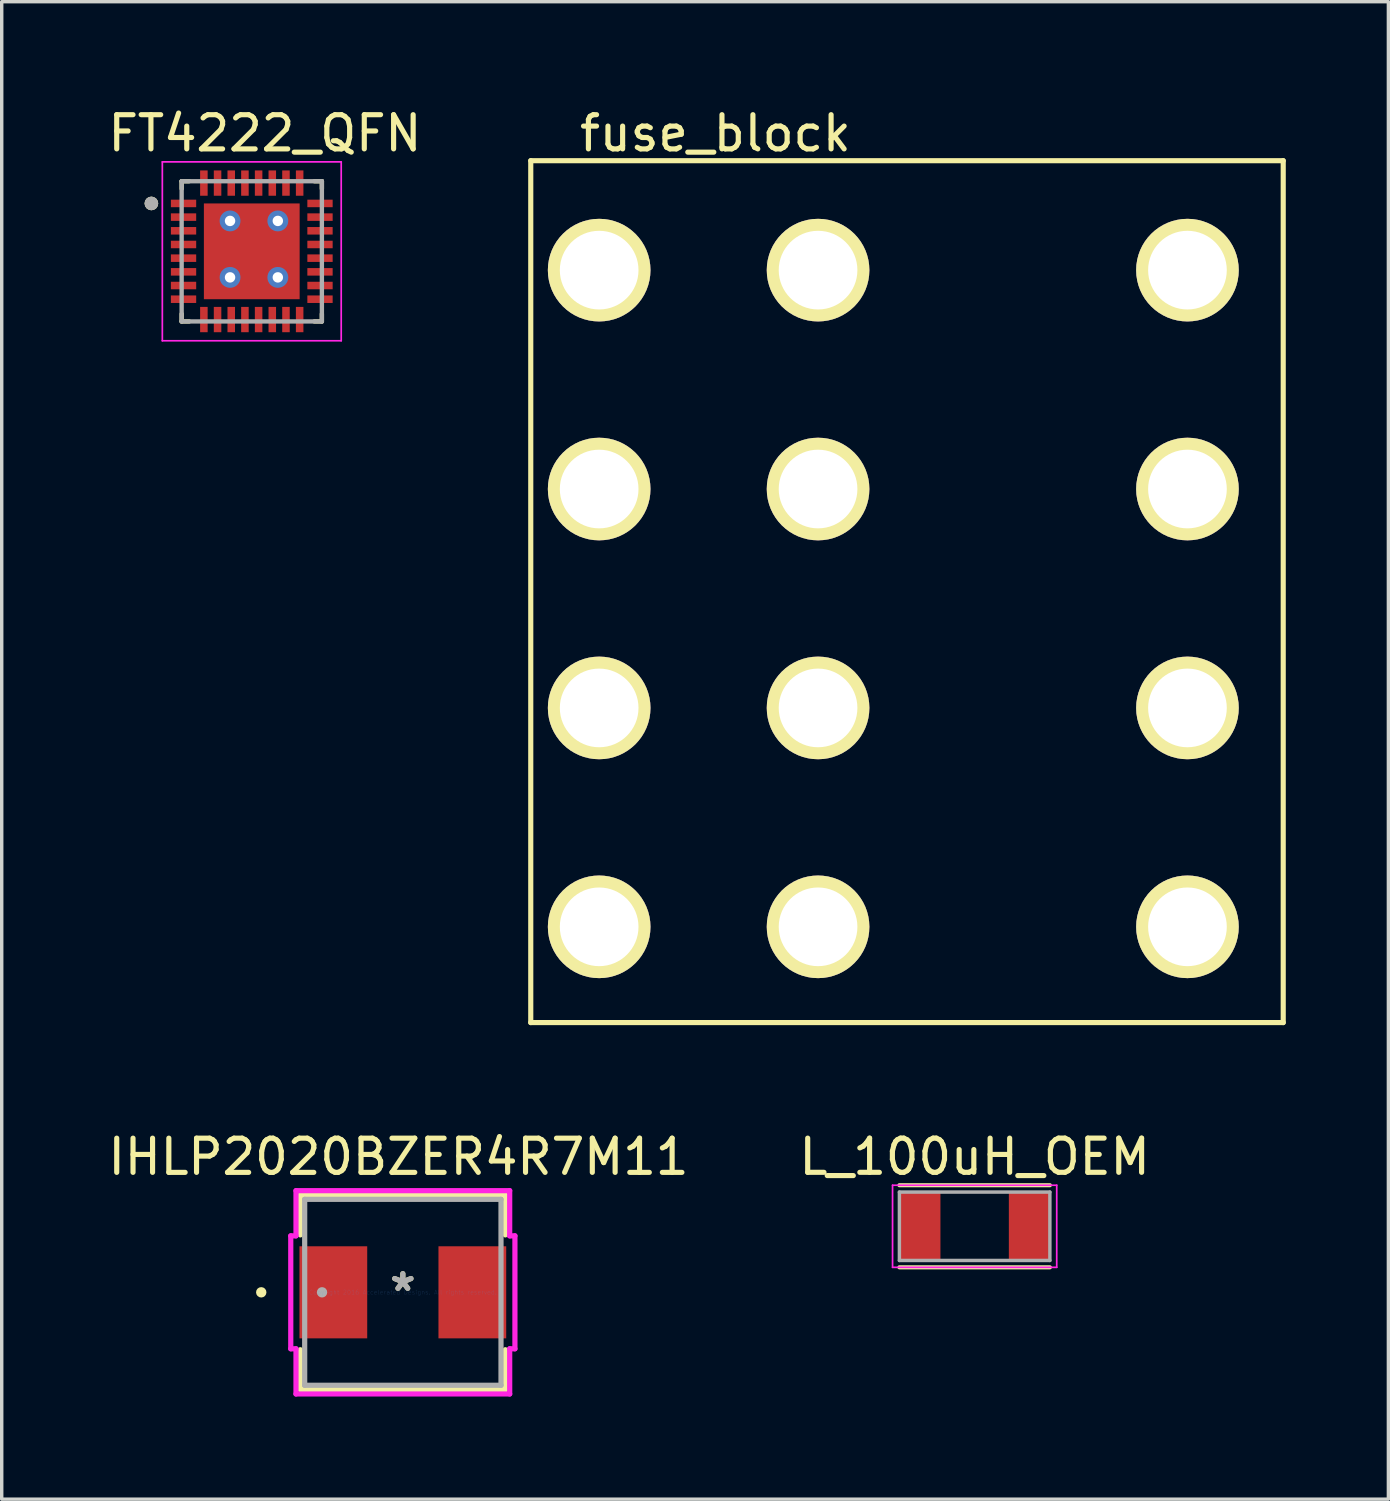
<source format=kicad_pcb>
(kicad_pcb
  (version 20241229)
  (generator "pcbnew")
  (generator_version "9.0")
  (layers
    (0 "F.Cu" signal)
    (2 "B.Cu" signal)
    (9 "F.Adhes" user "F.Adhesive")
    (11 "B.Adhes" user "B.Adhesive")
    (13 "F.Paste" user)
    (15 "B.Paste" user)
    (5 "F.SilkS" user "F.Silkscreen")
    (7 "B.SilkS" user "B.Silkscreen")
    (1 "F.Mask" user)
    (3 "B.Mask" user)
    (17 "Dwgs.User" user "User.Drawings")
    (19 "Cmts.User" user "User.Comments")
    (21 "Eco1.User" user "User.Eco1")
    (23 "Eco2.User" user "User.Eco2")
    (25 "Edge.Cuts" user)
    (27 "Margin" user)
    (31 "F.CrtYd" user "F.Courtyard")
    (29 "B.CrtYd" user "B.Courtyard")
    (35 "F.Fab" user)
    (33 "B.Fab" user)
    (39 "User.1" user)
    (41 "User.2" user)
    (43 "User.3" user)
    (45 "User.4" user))
  (footprint "L_100uH_OEM"
    (layer "F.Cu")
    (at 25.446 32.803)
    (property "Reference" "L_100uH_OEM" (at 0 -2.032 0) (layer "F.SilkS") (effects (font (size 1 1) (thickness 0.15))))
    (attr smd)
    (fp_line (start -2.2 -1.2) (end 2.2 -1.2) (stroke (width 0.12) (type solid)) (layer "F.SilkS"))
    (fp_line (start 2.2 1.2) (end -2.2 1.2) (stroke (width 0.12) (type solid)) (layer "F.SilkS"))
    (fp_line (start -2.4 -1.2) (end 2.4 -1.2) (stroke (width 0.05) (type solid)) (layer "F.CrtYd"))
    (fp_line (start -2.4 1.2) (end -2.4 -1.2) (stroke (width 0.05) (type solid)) (layer "F.CrtYd"))
    (fp_line (start 2.4 1.2) (end -2.4 1.2) (stroke (width 0.05) (type solid)) (layer "F.CrtYd"))
    (fp_line (start 2.4 1.2) (end 2.4 -1.2) (stroke (width 0.05) (type solid)) (layer "F.CrtYd"))
    (fp_line (start -2.2 -1) (end 2.2 -1) (stroke (width 0.1) (type solid)) (layer "F.Fab"))
    (fp_line (start -2.2 1) (end -2.2 -1) (stroke (width 0.1) (type solid)) (layer "F.Fab"))
    (fp_line (start 2.2 -1) (end 2.2 1) (stroke (width 0.1) (type solid)) (layer "F.Fab"))
    (fp_line (start 2.2 1) (end -2.2 1) (stroke (width 0.1) (type solid)) (layer "F.Fab"))
    (pad "1" smd rect (at -1.6 0) (size 1.2 2) (layers "F.Cu" "F.Mask" "F.Paste"))
    (pad "2" smd rect (at 1.6 0) (size 1.2 2) (layers "F.Cu" "F.Mask" "F.Paste")))
  (footprint "fuse_block"
    (layer "F.Cu")
    (at 14.468 4.848)
    (property "Reference" "fuse_block" (at 3.4 -4 0) (layer "F.SilkS") (effects (font (size 1 1) (thickness 0.15))))
    (attr through_hole)
    (fp_line (start -2 -3.2) (end 20 -3.2) (stroke (width 0.15) (type solid)) (layer "F.SilkS"))
    (fp_line (start -2 22) (end -2 -3.2) (stroke (width 0.15) (type solid)) (layer "F.SilkS"))
    (fp_line (start 20 -3.2) (end 20 22) (stroke (width 0.15) (type solid)) (layer "F.SilkS"))
    (fp_line (start 20 22) (end -2 22) (stroke (width 0.15) (type solid)) (layer "F.SilkS"))
    (fp_circle (center 0 0) (end 0 1.15) (stroke (width 0.15) (type solid)) (fill no) (layer "F.SilkS"))
    (fp_circle (center 0 6.4) (end 0 5.25) (stroke (width 0.15) (type solid)) (fill no) (layer "F.SilkS"))
    (fp_circle (center 0 12.8) (end 0 11.65) (stroke (width 0.15) (type solid)) (fill no) (layer "F.SilkS"))
    (fp_circle (center 0 19.2) (end 0 18.05) (stroke (width 0.15) (type solid)) (fill no) (layer "F.SilkS"))
    (fp_circle (center 6.4 0) (end 5.25 0) (stroke (width 0.15) (type solid)) (fill no) (layer "F.SilkS"))
    (fp_circle (center 6.4 6.4) (end 6.4 5.25) (stroke (width 0.15) (type solid)) (fill no) (layer "F.SilkS"))
    (fp_circle (center 6.4 12.8) (end 5.25 12.8) (stroke (width 0.15) (type solid)) (fill no) (layer "F.SilkS"))
    (fp_circle (center 6.4 19.2) (end 5.25 19.2) (stroke (width 0.15) (type solid)) (fill no) (layer "F.SilkS"))
    (fp_circle (center 17.2 0) (end 16.05 0) (stroke (width 0.15) (type solid)) (fill no) (layer "F.SilkS"))
    (fp_circle (center 17.2 6.4) (end 16.05 6.4) (stroke (width 0.15) (type solid)) (fill no) (layer "F.SilkS"))
    (fp_circle (center 17.2 12.8) (end 16.05 12.8) (stroke (width 0.15) (type solid)) (fill no) (layer "F.SilkS"))
    (fp_circle (center 17.2 19.2) (end 16.05 19.2) (stroke (width 0.15) (type solid)) (fill no) (layer "F.SilkS"))
    (pad "1" thru_hole circle (at 6.4 0) (size 3 3) (drill 2.3) (layers "*.Cu" "*.Mask" "F.SilkS"))
    (pad "2" thru_hole circle (at 17.2 0) (size 3 3) (drill 2.3) (layers "*.Cu" "*.Mask" "F.SilkS"))
    (pad "3" thru_hole circle (at 6.4 6.4) (size 3 3) (drill 2.3) (layers "*.Cu" "*.Mask" "F.SilkS"))
    (pad "4" thru_hole circle (at 17.2 6.4) (size 3 3) (drill 2.3) (layers "*.Cu" "*.Mask" "F.SilkS"))
    (pad "5" thru_hole circle (at 6.4 12.8) (size 3 3) (drill 2.3) (layers "*.Cu" "*.Mask" "F.SilkS"))
    (pad "6" thru_hole circle (at 17.2 12.8) (size 3 3) (drill 2.3) (layers "*.Cu" "*.Mask" "F.SilkS"))
    (pad "7" thru_hole circle (at 6.4 19.2) (size 3 3) (drill 2.3) (layers "*.Cu" "*.Mask" "F.SilkS"))
    (pad "8" thru_hole circle (at 17.2 19.2) (size 3 3) (drill 2.3) (layers "*.Cu" "*.Mask" "F.SilkS"))
    (pad "9" thru_hole circle (at 0 0) (size 3 3) (drill 2.3) (layers "*.Cu" "*.Mask" "F.SilkS"))
    (pad "10" thru_hole circle (at 0 6.4) (size 3 3) (drill 2.3) (layers "*.Cu" "*.Mask" "F.SilkS"))
    (pad "11" thru_hole circle (at 0 12.8) (size 3 3) (drill 2.3) (layers "*.Cu" "*.Mask" "F.SilkS"))
    (pad "12" thru_hole circle (at 0 19.2) (size 3 3) (drill 2.3) (layers "*.Cu" "*.Mask" "F.SilkS")))
  (footprint "IHLP2020BZER4R7M11"
    (layer "F.Cu")
    (at 8.728 34.734)
    (property "Reference" "IHLP2020BZER4R7M11" (at -0.127 -3.962 180) (layer "F.SilkS") (effects (font (size 1 1) (thickness 0.15))))
    (attr through_hole)
    (fp_line (start -2.997 -2.845) (end -2.997 -1.679) (stroke (width 0.152) (type solid)) (layer "F.SilkS"))
    (fp_line (start -2.997 1.679) (end -2.997 2.845) (stroke (width 0.152) (type solid)) (layer "F.SilkS"))
    (fp_line (start -2.997 2.845) (end 2.997 2.845) (stroke (width 0.152) (type solid)) (layer "F.SilkS"))
    (fp_line (start 2.997 -2.845) (end -2.997 -2.845) (stroke (width 0.152) (type solid)) (layer "F.SilkS"))
    (fp_line (start 2.997 -1.679) (end 2.997 -2.845) (stroke (width 0.152) (type solid)) (layer "F.SilkS"))
    (fp_line (start 2.997 2.845) (end 2.997 1.679) (stroke (width 0.152) (type solid)) (layer "F.SilkS"))
    (fp_circle (center -4.14 0) (end -4.064 0) (stroke (width 0.152) (type solid)) (fill no) (layer "F.SilkS"))
    (fp_line (start -3.277 -1.651) (end -3.124 -1.651) (stroke (width 0.152) (type solid)) (layer "F.CrtYd"))
    (fp_line (start -3.277 1.651) (end -3.277 -1.651) (stroke (width 0.152) (type solid)) (layer "F.CrtYd"))
    (fp_line (start -3.124 -2.972) (end 3.124 -2.972) (stroke (width 0.152) (type solid)) (layer "F.CrtYd"))
    (fp_line (start -3.124 -1.651) (end -3.124 -2.972) (stroke (width 0.152) (type solid)) (layer "F.CrtYd"))
    (fp_line (start -3.124 1.651) (end -3.277 1.651) (stroke (width 0.152) (type solid)) (layer "F.CrtYd"))
    (fp_line (start -3.124 2.972) (end -3.124 1.651) (stroke (width 0.152) (type solid)) (layer "F.CrtYd"))
    (fp_line (start 3.124 -2.972) (end 3.124 -1.651) (stroke (width 0.152) (type solid)) (layer "F.CrtYd"))
    (fp_line (start 3.124 -1.651) (end 3.277 -1.651) (stroke (width 0.152) (type solid)) (layer "F.CrtYd"))
    (fp_line (start 3.124 1.651) (end 3.124 2.972) (stroke (width 0.152) (type solid)) (layer "F.CrtYd"))
    (fp_line (start 3.124 2.972) (end -3.124 2.972) (stroke (width 0.152) (type solid)) (layer "F.CrtYd"))
    (fp_line (start 3.277 -1.651) (end 3.277 1.651) (stroke (width 0.152) (type solid)) (layer "F.CrtYd"))
    (fp_line (start 3.277 1.651) (end 3.124 1.651) (stroke (width 0.152) (type solid)) (layer "F.CrtYd"))
    (fp_line (start -2.87 -2.718) (end -2.87 2.718) (stroke (width 0.152) (type solid)) (layer "F.Fab"))
    (fp_line (start -2.87 2.718) (end 2.87 2.718) (stroke (width 0.152) (type solid)) (layer "F.Fab"))
    (fp_line (start 2.87 -2.718) (end -2.87 -2.718) (stroke (width 0.152) (type solid)) (layer "F.Fab"))
    (fp_line (start 2.87 2.718) (end 2.87 -2.718) (stroke (width 0.152) (type solid)) (layer "F.Fab"))
    (fp_circle (center -2.362 0) (end -2.286 0) (stroke (width 0.152) (type solid)) (fill no) (layer "F.Fab"))
    (fp_text user "*" (at 0 0 180) (layer "F.SilkS") (effects (font (size 1 1) (thickness 0.15))))
    (fp_text user "Copyright 2016 Accelerated Designs. All rights reserved." (at 0 0 180) (layer "Cmts.User") (effects (font (size 0.127 0.127) (thickness 0.002))))
    (fp_text user "*" (at 0 0 180) (layer "F.Fab") (effects (font (size 1 1) (thickness 0.15))))
    (pad "1" smd rect (at -2.032 0 90) (size 2.692 1.981) (layers "F.Cu" "F.Mask" "F.Paste"))
    (pad "2" smd rect (at 2.032 0 90) (size 2.692 1.981) (layers "F.Cu" "F.Mask" "F.Paste")))
  (footprint "FT4222_QFN"
    (layer "F.Cu")
    (at 4.311 4.298)
    (property "Reference" "FT4222_QFN" (at 0.385 -3.45 0) (layer "F.SilkS") (effects (font (size 1 1) (thickness 0.15))))
    (attr smd)
    (fp_line (start -2.05 -2.05) (end -2.05 -1.83) (stroke (width 0.127) (type solid)) (layer "F.SilkS"))
    (fp_line (start -2.05 -2.05) (end -1.83 -2.05) (stroke (width 0.127) (type solid)) (layer "F.SilkS"))
    (fp_line (start -2.05 2.05) (end -2.05 1.83) (stroke (width 0.127) (type solid)) (layer "F.SilkS"))
    (fp_line (start -2.05 2.05) (end -1.83 2.05) (stroke (width 0.127) (type solid)) (layer "F.SilkS"))
    (fp_line (start 2.05 -2.05) (end 1.83 -2.05) (stroke (width 0.127) (type solid)) (layer "F.SilkS"))
    (fp_line (start 2.05 -2.05) (end 2.05 -1.83) (stroke (width 0.127) (type solid)) (layer "F.SilkS"))
    (fp_line (start 2.05 2.05) (end 1.83 2.05) (stroke (width 0.127) (type solid)) (layer "F.SilkS"))
    (fp_line (start 2.05 2.05) (end 2.05 1.83) (stroke (width 0.127) (type solid)) (layer "F.SilkS"))
    (fp_circle (center -2.935 -1.4) (end -2.835 -1.4) (stroke (width 0.2) (type solid)) (fill no) (layer "F.SilkS"))
    (fp_poly (pts (xy -1.33 -1.33) (xy -0.1 -1.33) (xy -0.1 -0.1) (xy -1.33 -0.1)) (stroke (width 0.01) (type solid)) (fill yes) (layer "F.Paste"))
    (fp_poly (pts (xy -1.33 0.1) (xy -0.1 0.1) (xy -0.1 1.33) (xy -1.33 1.33)) (stroke (width 0.01) (type solid)) (fill yes) (layer "F.Paste"))
    (fp_poly (pts (xy 0.1 -1.33) (xy 1.33 -1.33) (xy 1.33 -0.1) (xy 0.1 -0.1)) (stroke (width 0.01) (type solid)) (fill yes) (layer "F.Paste"))
    (fp_poly (pts (xy 0.1 0.1) (xy 1.33 0.1) (xy 1.33 1.33) (xy 0.1 1.33)) (stroke (width 0.01) (type solid)) (fill yes) (layer "F.Paste"))
    (fp_line (start -2.615 -2.615) (end 2.615 -2.615) (stroke (width 0.05) (type solid)) (layer "F.CrtYd"))
    (fp_line (start -2.615 2.615) (end -2.615 -2.615) (stroke (width 0.05) (type solid)) (layer "F.CrtYd"))
    (fp_line (start -2.615 2.615) (end 2.615 2.615) (stroke (width 0.05) (type solid)) (layer "F.CrtYd"))
    (fp_line (start 2.615 2.615) (end 2.615 -2.615) (stroke (width 0.05) (type solid)) (layer "F.CrtYd"))
    (fp_line (start -2.05 2.05) (end -2.05 -2.05) (stroke (width 0.127) (type solid)) (layer "F.Fab"))
    (fp_line (start 2.05 -2.05) (end -2.05 -2.05) (stroke (width 0.127) (type solid)) (layer "F.Fab"))
    (fp_line (start 2.05 2.05) (end -2.05 2.05) (stroke (width 0.127) (type solid)) (layer "F.Fab"))
    (fp_line (start 2.05 2.05) (end 2.05 -2.05) (stroke (width 0.127) (type solid)) (layer "F.Fab"))
    (fp_circle (center -2.935 -1.4) (end -2.835 -1.4) (stroke (width 0.2) (type solid)) (fill no) (layer "F.Fab"))
    (pad "1" smd rect (at -1.995 -1.4) (size 0.74 0.22) (layers "F.Cu" "F.Mask" "F.Paste"))
    (pad "2" smd rect (at -1.995 -1) (size 0.74 0.22) (layers "F.Cu" "F.Mask" "F.Paste"))
    (pad "3" smd rect (at -1.995 -0.6) (size 0.74 0.22) (layers "F.Cu" "F.Mask" "F.Paste"))
    (pad "4" smd rect (at -1.995 -0.2) (size 0.74 0.22) (layers "F.Cu" "F.Mask" "F.Paste"))
    (pad "5" smd rect (at -1.995 0.2) (size 0.74 0.22) (layers "F.Cu" "F.Mask" "F.Paste"))
    (pad "6" smd rect (at -1.995 0.6) (size 0.74 0.22) (layers "F.Cu" "F.Mask" "F.Paste"))
    (pad "7" smd rect (at -1.995 1) (size 0.74 0.22) (layers "F.Cu" "F.Mask" "F.Paste"))
    (pad "8" smd rect (at -1.995 1.4) (size 0.74 0.22) (layers "F.Cu" "F.Mask" "F.Paste"))
    (pad "9" smd rect (at -1.4 1.995) (size 0.22 0.74) (layers "F.Cu" "F.Mask" "F.Paste"))
    (pad "10" smd rect (at -1 1.995) (size 0.22 0.74) (layers "F.Cu" "F.Mask" "F.Paste"))
    (pad "11" smd rect (at -0.6 1.995) (size 0.22 0.74) (layers "F.Cu" "F.Mask" "F.Paste"))
    (pad "12" smd rect (at -0.2 1.995) (size 0.22 0.74) (layers "F.Cu" "F.Mask" "F.Paste"))
    (pad "13" smd rect (at 0.2 1.995) (size 0.22 0.74) (layers "F.Cu" "F.Mask" "F.Paste"))
    (pad "14" smd rect (at 0.6 1.995) (size 0.22 0.74) (layers "F.Cu" "F.Mask" "F.Paste"))
    (pad "15" smd rect (at 1 1.995) (size 0.22 0.74) (layers "F.Cu" "F.Mask" "F.Paste"))
    (pad "16" smd rect (at 1.4 1.995) (size 0.22 0.74) (layers "F.Cu" "F.Mask" "F.Paste"))
    (pad "17" smd rect (at 1.995 1.4) (size 0.74 0.22) (layers "F.Cu" "F.Mask" "F.Paste"))
    (pad "18" smd rect (at 1.995 1) (size 0.74 0.22) (layers "F.Cu" "F.Mask" "F.Paste"))
    (pad "19" smd rect (at 1.995 0.6) (size 0.74 0.22) (layers "F.Cu" "F.Mask" "F.Paste"))
    (pad "20" smd rect (at 1.995 0.2) (size 0.74 0.22) (layers "F.Cu" "F.Mask" "F.Paste"))
    (pad "21" smd rect (at 1.995 -0.2) (size 0.74 0.22) (layers "F.Cu" "F.Mask" "F.Paste"))
    (pad "22" smd rect (at 1.995 -0.6) (size 0.74 0.22) (layers "F.Cu" "F.Mask" "F.Paste"))
    (pad "23" smd rect (at 1.995 -1) (size 0.74 0.22) (layers "F.Cu" "F.Mask" "F.Paste"))
    (pad "24" smd rect (at 1.995 -1.4) (size 0.74 0.22) (layers "F.Cu" "F.Mask" "F.Paste"))
    (pad "25" smd rect (at 1.4 -1.995) (size 0.22 0.74) (layers "F.Cu" "F.Mask" "F.Paste"))
    (pad "26" smd rect (at 1 -1.995) (size 0.22 0.74) (layers "F.Cu" "F.Mask" "F.Paste"))
    (pad "27" smd rect (at 0.6 -1.995) (size 0.22 0.74) (layers "F.Cu" "F.Mask" "F.Paste"))
    (pad "28" smd rect (at 0.2 -1.995) (size 0.22 0.74) (layers "F.Cu" "F.Mask" "F.Paste"))
    (pad "29" smd rect (at -0.2 -1.995) (size 0.22 0.74) (layers "F.Cu" "F.Mask" "F.Paste"))
    (pad "30" smd rect (at -0.6 -1.995) (size 0.22 0.74) (layers "F.Cu" "F.Mask" "F.Paste"))
    (pad "31" smd rect (at -1 -1.995) (size 0.22 0.74) (layers "F.Cu" "F.Mask" "F.Paste"))
    (pad "32" smd rect (at -1.4 -1.995) (size 0.22 0.74) (layers "F.Cu" "F.Mask" "F.Paste"))
    (pad "33" thru_hole circle (at -0.635 -0.889) (size 0.61 0.61) (drill 0.305) (layers "*.Cu" "*.Mask"))
    (pad "33" thru_hole circle (at -0.635 0.762) (size 0.61 0.61) (drill 0.305) (layers "*.Cu" "*.Mask"))
    (pad "33" smd rect (at 0 0) (size 2.8 2.8) (layers "F.Cu" "F.Mask"))
    (pad "33" thru_hole circle (at 0.762 -0.889) (size 0.61 0.61) (drill 0.305) (layers "*.Cu" "*.Mask"))
    (pad "33" thru_hole circle (at 0.762 0.762) (size 0.61 0.61) (drill 0.305) (layers "*.Cu" "*.Mask")))
  (gr_rect
    (start -3 -3)
    (end 37.543 40.782)
    (stroke (width 0.1) (type default))
    (fill no)
    (layer "Edge.Cuts")))
</source>
